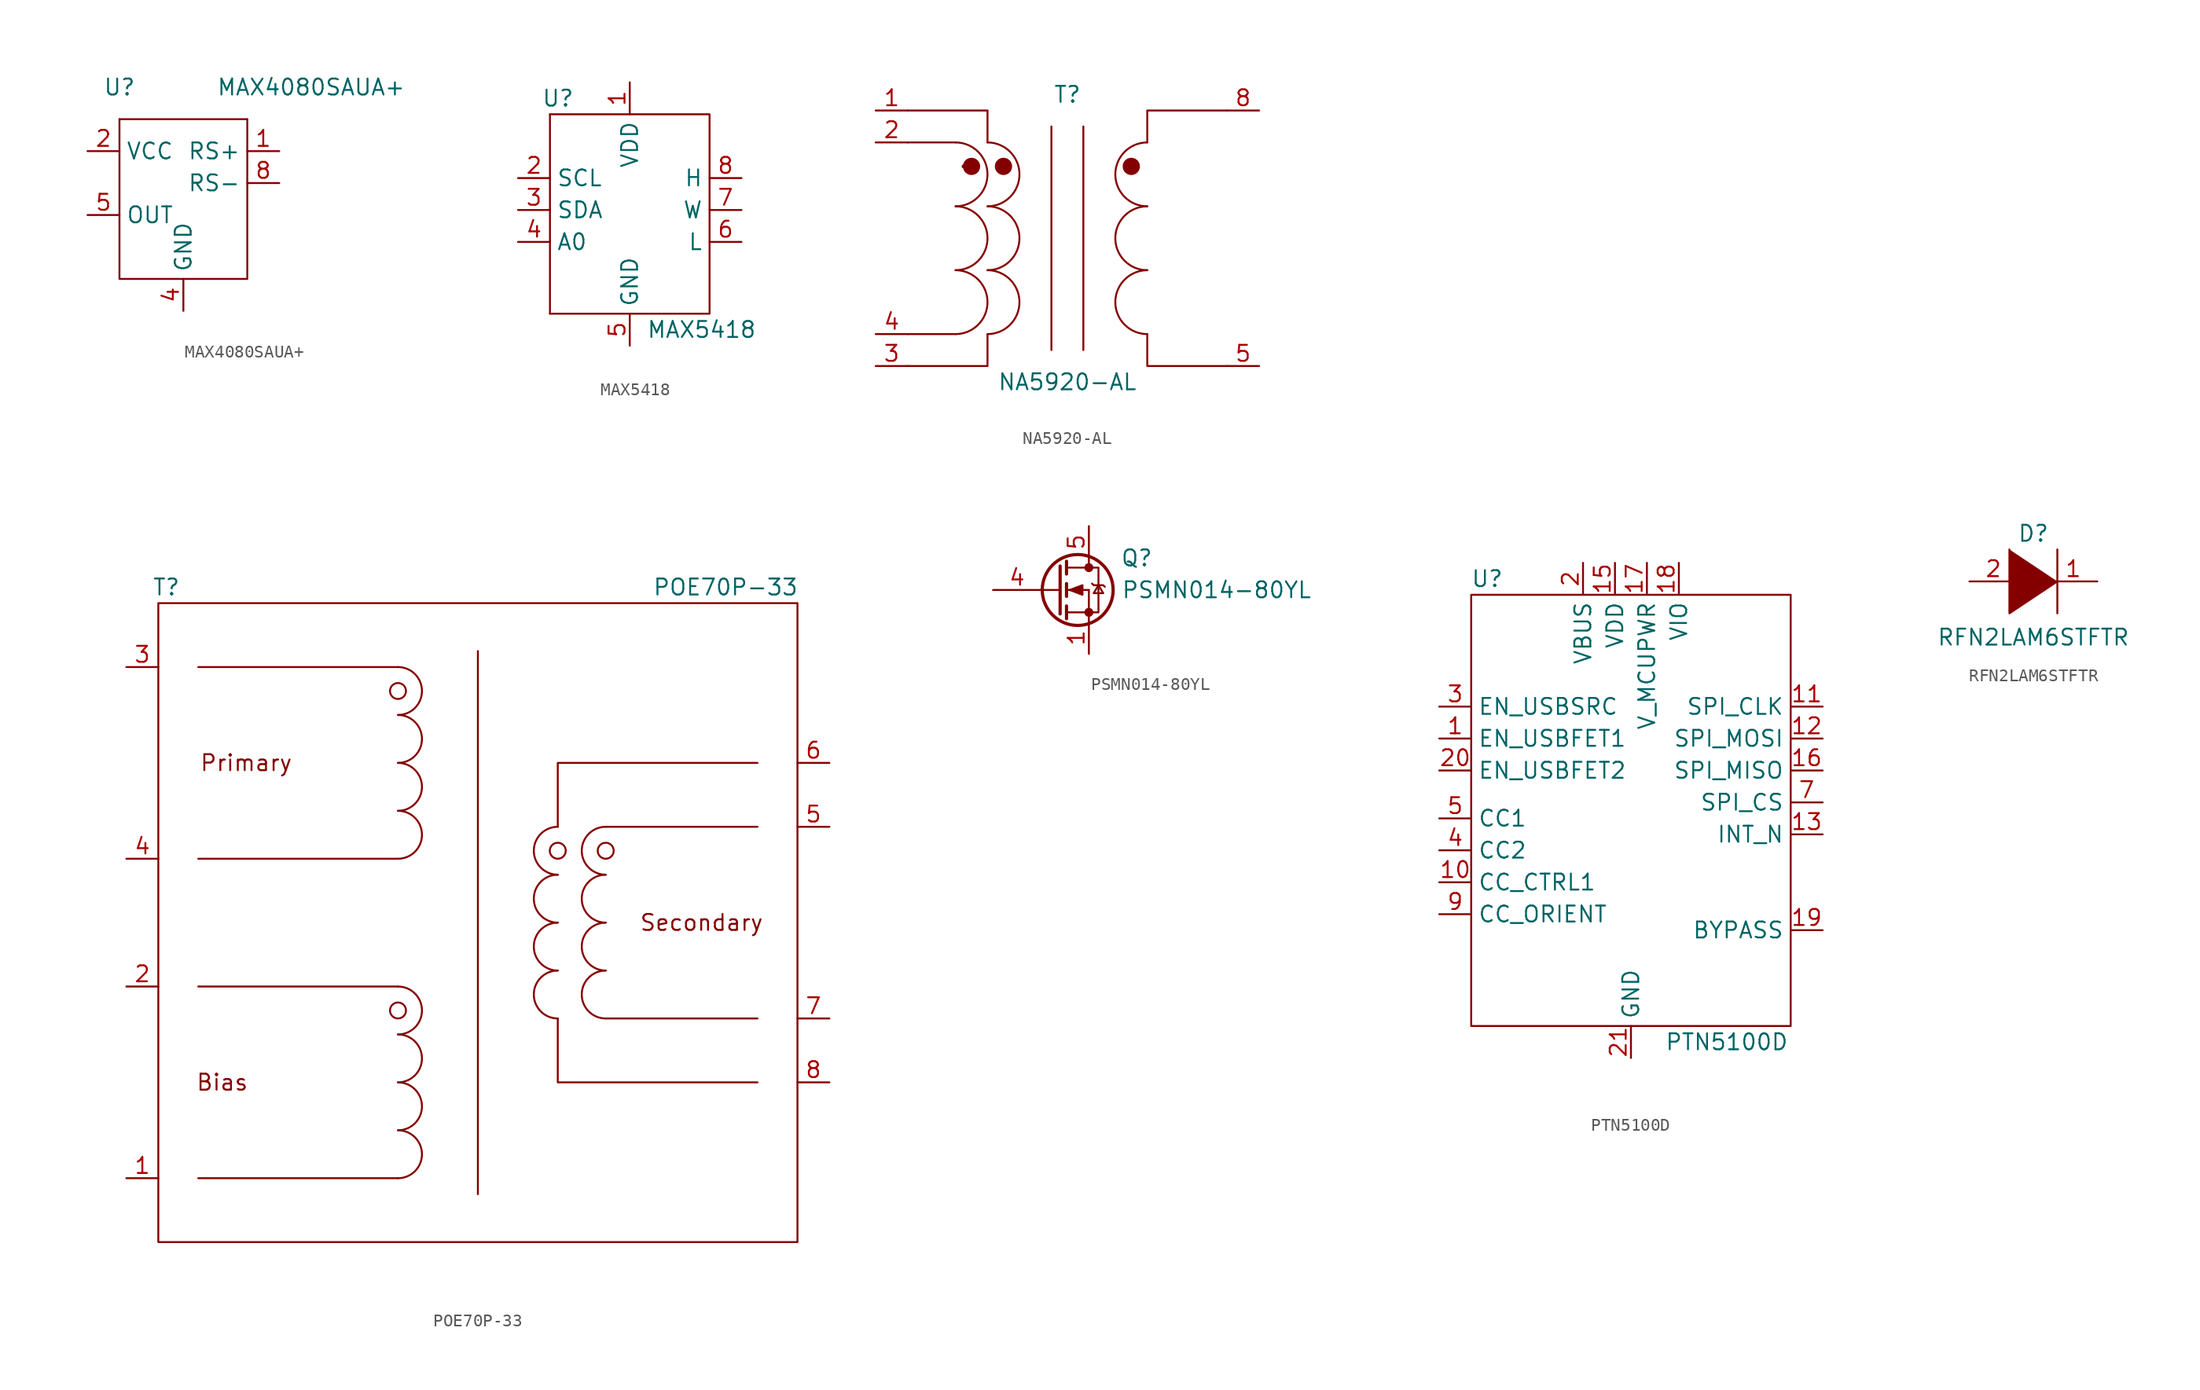
<source format=kicad_sym>
(kicad_symbol_lib
  (version 20211014)
  (generator kicad_symbol_editor)
  (symbol "MAX4080SAUA+"
    (property "Reference" "U"
      (at -5.08 10.16 0)
      (effects (font (size 1.27 1.27))))
    (property "Value" "MAX4080SAUA+"
      (at 10.16 10.16 0)
      (effects (font (size 1.27 1.27))))
    (symbol "MAX4080SAUA+_0_1"
      (polyline (pts (xy -5.08 7.62) (xy 5.08 7.62)) (stroke (width 0.152) (type default) (color 0 0 0 0)) (fill (type none)))
      (polyline (pts (xy -5.08 7.62) (xy -5.08 -5.08) (xy 5.08 -5.08) (xy 5.08 7.62)) (stroke (width 0.152) (type default) (color 0 0 0 0)) (fill (type none))))
    (symbol "MAX4080SAUA+_1_1"
      (pin input line (at 7.62 5.08 180) (length 2.54) (name "RS+" (effects (font (size 1.27 1.27)))) (number "1" (effects (font (size 1.27 1.27)))))
      (pin input line (at -7.62 5.08 0) (length 2.54) (name "VCC" (effects (font (size 1.27 1.27)))) (number "2" (effects (font (size 1.27 1.27)))))
      (pin input line (at 1.905 -0.635 90) (length 2.54) hide (name "NC" (effects (font (size 1.27 1.27)))) (number "3" (effects (font (size 1.27 1.27)))))
      (pin input line (at 0 -7.62 90) (length 2.54) (name "GND" (effects (font (size 1.27 1.27)))) (number "4" (effects (font (size 1.27 1.27)))))
      (pin input line (at -7.62 0 0) (length 2.54) (name "OUT" (effects (font (size 1.27 1.27)))) (number "5" (effects (font (size 1.27 1.27)))))
      (pin input line (at 1.905 -0.635 90) (length 2.54) hide (name "NC" (effects (font (size 1.27 1.27)))) (number "6" (effects (font (size 1.27 1.27)))))
      (pin input line (at 1.905 -0.635 90) (length 2.54) hide (name "NC" (effects (font (size 1.27 1.27)))) (number "7" (effects (font (size 1.27 1.27)))))
      (pin input line (at 7.62 2.54 180) (length 2.54) (name "RS-" (effects (font (size 1.27 1.27)))) (number "8" (effects (font (size 1.27 1.27)))))))
  (symbol "MAX5418"
    (property "Reference" "U"
      (at -5.715 8.89 0)
      (effects (font (size 1.27 1.27))))
    (property "Value" "MAX5418"
      (at 5.715 -9.525 0)
      (effects (font (size 1.27 1.27))))
    (symbol "MAX5418_0_1"
      (polyline (pts (xy -6.35 7.62) (xy -6.35 -8.255)) (stroke (width 0.152) (type default) (color 0 0 0 0)) (fill (type none)))
      (polyline (pts (xy -6.35 7.62) (xy 6.35 7.62) (xy 6.35 -8.255) (xy -6.35 -8.255)) (stroke (width 0.152) (type default) (color 0 0 0 0)) (fill (type none))))
    (symbol "MAX5418_1_1"
      (pin input line (at 0 10.16 270) (length 2.54) (name "VDD" (effects (font (size 1.27 1.27)))) (number "1" (effects (font (size 1.27 1.27)))))
      (pin input line (at -8.89 2.54 0) (length 2.54) (name "SCL" (effects (font (size 1.27 1.27)))) (number "2" (effects (font (size 1.27 1.27)))))
      (pin input line (at -8.89 0 0) (length 2.54) (name "SDA" (effects (font (size 1.27 1.27)))) (number "3" (effects (font (size 1.27 1.27)))))
      (pin input line (at -8.89 -2.54 0) (length 2.54) (name "A0" (effects (font (size 1.27 1.27)))) (number "4" (effects (font (size 1.27 1.27)))))
      (pin input line (at 0 -10.795 90) (length 2.54) (name "GND" (effects (font (size 1.27 1.27)))) (number "5" (effects (font (size 1.27 1.27)))))
      (pin input line (at 8.89 -2.54 180) (length 2.54) (name "L" (effects (font (size 1.27 1.27)))) (number "6" (effects (font (size 1.27 1.27)))))
      (pin input line (at 8.89 0 180) (length 2.54) (name "W" (effects (font (size 1.27 1.27)))) (number "7" (effects (font (size 1.27 1.27)))))
      (pin input line (at 8.89 2.54 180) (length 2.54) (name "H" (effects (font (size 1.27 1.27)))) (number "8" (effects (font (size 1.27 1.27)))))
      (pin input line (at 0 -10.795 90) (length 2.54) hide (name "GND" (effects (font (size 1.27 1.27)))) (number "9" (effects (font (size 1.27 1.27)))))))
  (symbol "NA5920-AL"
    (pin_names
      (offset 1.016))
    (property "Reference" "T"
      (at 0 11.43 0)
      (effects (font (size 1.27 1.27))))
    (property "Value" "NA5920-AL"
      (at 0 -11.43 0)
      (effects (font (size 1.27 1.27))))
    (symbol "NA5920-AL_0_1"
      (arc (start -8.89 -7.62) (mid -6.35 -5.08) (end -8.89 -2.54) (stroke (width 0) (type default) (color 0 0 0 0)) (fill (type none)))
      (arc (start -8.89 -2.54) (mid -6.35 0) (end -8.89 2.54) (stroke (width 0) (type default) (color 0 0 0 0)) (fill (type none)))
      (arc (start -8.89 2.54) (mid -6.35 5.08) (end -8.89 7.62) (stroke (width 0) (type default) (color 0 0 0 0)) (fill (type none)))
      (circle (center -8.255 5.715) (radius 0.0001) (stroke (width 0) (type default) (color 0 0 0 0)) (fill (type none)))
      (circle (center -7.62 5.715) (radius 0.635) (stroke (width 0.102) (type default) (color 0 0 0 0)) (fill (type outline)))
      (arc (start -6.35 -7.62) (mid -3.81 -5.08) (end -6.35 -2.54) (stroke (width 0) (type default) (color 0 0 0 0)) (fill (type none)))
      (arc (start -6.35 -2.54) (mid -3.81 0) (end -6.35 2.54) (stroke (width 0) (type default) (color 0 0 0 0)) (fill (type none)))
      (arc (start -6.35 2.54) (mid -3.81 5.08) (end -6.35 7.62) (stroke (width 0) (type default) (color 0 0 0 0)) (fill (type none)))
      (circle (center -5.08 5.715) (radius 0.635) (stroke (width 0.102) (type default) (color 0 0 0 0)) (fill (type outline)))
      (polyline (pts (xy -12.7 -7.62) (xy -8.89 -7.62)) (stroke (width 0) (type default) (color 0 0 0 0)) (fill (type none)))
      (polyline (pts (xy -12.7 7.62) (xy -8.89 7.62)) (stroke (width 0) (type default) (color 0 0 0 0)) (fill (type none)))
      (polyline (pts (xy -1.27 -8.89) (xy -1.27 8.89)) (stroke (width 0) (type default) (color 0 0 0 0)) (fill (type none)))
      (polyline (pts (xy 1.27 8.89) (xy 1.27 -8.89)) (stroke (width 0) (type default) (color 0 0 0 0)) (fill (type none)))
      (polyline (pts (xy -12.7 -10.16) (xy -6.35 -10.16) (xy -6.35 -7.62)) (stroke (width 0) (type default) (color 0 0 0 0)) (fill (type none)))
      (polyline (pts (xy -6.35 7.62) (xy -6.35 10.16) (xy -12.7 10.16)) (stroke (width 0) (type default) (color 0 0 0 0)) (fill (type none)))
      (polyline (pts (xy 6.35 -7.62) (xy 6.35 -10.16) (xy 12.7 -10.16)) (stroke (width 0) (type default) (color 0 0 0 0)) (fill (type none)))
      (polyline (pts (xy 6.35 7.62) (xy 6.35 10.16) (xy 12.7 10.16)) (stroke (width 0) (type default) (color 0 0 0 0)) (fill (type none)))
      (circle (center 5.08 5.715) (radius 0.635) (stroke (width 0.102) (type default) (color 0 0 0 0)) (fill (type outline)))
      (arc (start 6.35 -2.54) (mid 3.81 -5.08) (end 6.35 -7.62) (stroke (width 0) (type default) (color 0 0 0 0)) (fill (type none)))
      (arc (start 6.35 2.54) (mid 3.81 0) (end 6.35 -2.54) (stroke (width 0) (type default) (color 0 0 0 0)) (fill (type none)))
      (arc (start 6.35 7.62) (mid 3.81 5.08) (end 6.35 2.54) (stroke (width 0) (type default) (color 0 0 0 0)) (fill (type none))))
    (symbol "NA5920-AL_1_1"
      (pin passive line (at -15.24 10.16 0) (length 2.54) (name "~" (effects (font (size 1.27 1.27)))) (number "1" (effects (font (size 1.27 1.27)))))
      (pin passive line (at -15.24 7.62 0) (length 2.54) (name "~" (effects (font (size 1.27 1.27)))) (number "2" (effects (font (size 1.27 1.27)))))
      (pin passive line (at -15.24 -10.16 0) (length 2.54) (name "~" (effects (font (size 1.27 1.27)))) (number "3" (effects (font (size 1.27 1.27)))))
      (pin passive line (at -15.24 -7.62 0) (length 2.54) (name "~" (effects (font (size 1.27 1.27)))) (number "4" (effects (font (size 1.27 1.27)))))
      (pin passive line (at 15.24 -10.16 180) (length 2.54) (name "~" (effects (font (size 1.27 1.27)))) (number "5" (effects (font (size 1.27 1.27)))))
      (pin passive line (at 12.7 1.27 180) (length 2.54) hide (name "~" (effects (font (size 1.27 1.27)))) (number "6" (effects (font (size 1.27 1.27)))))
      (pin passive line (at 12.7 -1.27 180) (length 2.54) hide (name "~" (effects (font (size 1.27 1.27)))) (number "7" (effects (font (size 1.27 1.27)))))
      (pin passive line (at 15.24 10.16 180) (length 2.54) (name "~" (effects (font (size 1.27 1.27)))) (number "8" (effects (font (size 1.27 1.27)))))))
  (symbol "POE70P-33"
    (pin_names
      (offset 1.016))
    (property "Reference" "T"
      (at -24.765 26.67 0)
      (effects (font (size 1.27 1.27))))
    (property "Value" "POE70P-33"
      (at 19.685 26.67 0)
      (effects (font (size 1.27 1.27))))
    (symbol "POE70P-33_0_0"
      (text "Bias" (at -20.32 -12.7 0) (effects (font (size 1.27 1.27))))
      (text "Primary" (at -18.415 12.7 0) (effects (font (size 1.27 1.27))))
      (text "Secondary" (at 17.78 0 0) (effects (font (size 1.27 1.27)))))
    (symbol "POE70P-33_0_1"
      (rectangle (start -25.4 25.4) (end 25.4 -25.4) (stroke (width 0) (type default) (color 0 0 0 0)) (fill (type none)))
      (polyline (pts (xy -6.35 -20.32) (xy -22.225 -20.32)) (stroke (width 0) (type default) (color 0 0 0 0)) (fill (type none)))
      (polyline (pts (xy -6.35 -5.08) (xy -22.225 -5.08)) (stroke (width 0) (type default) (color 0 0 0 0)) (fill (type none)))
      (polyline (pts (xy -6.35 5.08) (xy -22.225 5.08)) (stroke (width 0) (type default) (color 0 0 0 0)) (fill (type none)))
      (polyline (pts (xy -6.35 20.32) (xy -22.225 20.32)) (stroke (width 0) (type default) (color 0 0 0 0)) (fill (type none)))
      (polyline (pts (xy 10.16 -7.62) (xy 22.225 -7.62)) (stroke (width 0) (type default) (color 0 0 0 0)) (fill (type none)))
      (polyline (pts (xy 10.16 7.62) (xy 22.225 7.62)) (stroke (width 0) (type default) (color 0 0 0 0)) (fill (type none)))
      (polyline (pts (xy 0 21.59) (xy 0 -21.59) (xy 0 -19.05)) (stroke (width 0) (type default) (color 0 0 0 0)) (fill (type none)))
      (polyline (pts (xy 6.35 -7.62) (xy 6.35 -12.7) (xy 22.225 -12.7)) (stroke (width 0) (type default) (color 0 0 0 0)) (fill (type none)))
      (polyline (pts (xy 6.35 7.62) (xy 6.35 12.7) (xy 22.225 12.7)) (stroke (width 0) (type default) (color 0 0 0 0)) (fill (type none)))
      (arc (start 6.35 -3.81) (mid 4.445 -5.715) (end 6.35 -7.62) (stroke (width 0) (type default) (color 0 0 0 0)) (fill (type none)))
      (arc (start 6.35 0) (mid 4.445 -1.905) (end 6.35 -3.81) (stroke (width 0) (type default) (color 0 0 0 0)) (fill (type none)))
      (arc (start 6.35 3.81) (mid 4.445 1.905) (end 6.35 0) (stroke (width 0) (type default) (color 0 0 0 0)) (fill (type none)))
      (circle (center 6.35 5.715) (radius 0.635) (stroke (width 0) (type default) (color 0 0 0 0)) (fill (type none)))
      (arc (start 6.35 7.62) (mid 4.445 5.715) (end 6.35 3.81) (stroke (width 0) (type default) (color 0 0 0 0)) (fill (type none))))
    (symbol "POE70P-33_1_1"
      (arc (start -6.35 -20.32) (mid -4.445 -18.415) (end -6.35 -16.51) (stroke (width 0) (type default) (color 0 0 0 0)) (fill (type none)))
      (arc (start -6.35 -16.51) (mid -4.445 -14.605) (end -6.35 -12.7) (stroke (width 0) (type default) (color 0 0 0 0)) (fill (type none)))
      (arc (start -6.35 -12.7) (mid -4.445 -10.795) (end -6.35 -8.89) (stroke (width 0) (type default) (color 0 0 0 0)) (fill (type none)))
      (arc (start -6.35 -8.89) (mid -4.445 -6.985) (end -6.35 -5.08) (stroke (width 0) (type default) (color 0 0 0 0)) (fill (type none)))
      (circle (center -6.35 -6.985) (radius 0.635) (stroke (width 0) (type default) (color 0 0 0 0)) (fill (type none)))
      (arc (start -6.35 5.08) (mid -4.445 6.985) (end -6.35 8.89) (stroke (width 0) (type default) (color 0 0 0 0)) (fill (type none)))
      (arc (start -6.35 8.89) (mid -4.445 10.795) (end -6.35 12.7) (stroke (width 0) (type default) (color 0 0 0 0)) (fill (type none)))
      (arc (start -6.35 12.7) (mid -4.445 14.605) (end -6.35 16.51) (stroke (width 0) (type default) (color 0 0 0 0)) (fill (type none)))
      (arc (start -6.35 16.51) (mid -4.445 18.415) (end -6.35 20.32) (stroke (width 0) (type default) (color 0 0 0 0)) (fill (type none)))
      (circle (center -6.35 18.415) (radius 0.635) (stroke (width 0) (type default) (color 0 0 0 0)) (fill (type none)))
      (arc (start 10.16 -3.81) (mid 8.255 -5.715) (end 10.16 -7.62) (stroke (width 0) (type default) (color 0 0 0 0)) (fill (type none)))
      (arc (start 10.16 0) (mid 8.255 -1.905) (end 10.16 -3.81) (stroke (width 0) (type default) (color 0 0 0 0)) (fill (type none)))
      (arc (start 10.16 3.81) (mid 8.255 1.905) (end 10.16 0) (stroke (width 0) (type default) (color 0 0 0 0)) (fill (type none)))
      (circle (center 10.16 5.715) (radius 0.635) (stroke (width 0) (type default) (color 0 0 0 0)) (fill (type none)))
      (arc (start 10.16 7.62) (mid 8.255 5.715) (end 10.16 3.81) (stroke (width 0) (type default) (color 0 0 0 0)) (fill (type none)))
      (pin bidirectional line (at -27.94 -20.32 0) (length 2.54) (name "~" (effects (font (size 1.27 1.27)))) (number "1" (effects (font (size 1.27 1.27)))))
      (pin bidirectional line (at -27.94 -5.08 0) (length 2.54) (name "~" (effects (font (size 1.27 1.27)))) (number "2" (effects (font (size 1.27 1.27)))))
      (pin bidirectional line (at -27.94 20.32 0) (length 2.54) (name "~" (effects (font (size 1.27 1.27)))) (number "3" (effects (font (size 1.27 1.27)))))
      (pin bidirectional line (at -27.94 5.08 0) (length 2.54) (name "~" (effects (font (size 1.27 1.27)))) (number "4" (effects (font (size 1.27 1.27)))))
      (pin bidirectional line (at 27.94 7.62 180) (length 2.54) (name "~" (effects (font (size 1.27 1.27)))) (number "5" (effects (font (size 1.27 1.27)))))
      (pin bidirectional line (at 27.94 12.7 180) (length 2.54) (name "~" (effects (font (size 1.27 1.27)))) (number "6" (effects (font (size 1.27 1.27)))))
      (pin bidirectional line (at 27.94 -7.62 180) (length 2.54) (name "~" (effects (font (size 1.27 1.27)))) (number "7" (effects (font (size 1.27 1.27)))))
      (pin bidirectional line (at 27.94 -12.7 180) (length 2.54) (name "~" (effects (font (size 1.27 1.27)))) (number "8" (effects (font (size 1.27 1.27)))))))
  (symbol "PSMN014-80YL"
    (pin_names
      (offset 0) hide)
    (property "Reference" "Q"
      (at 6.35 2.54 0)
      (effects (font (size 1.27 1.27))))
    (property "Value" "PSMN014-80YL"
      (at 12.7 0 0)
      (effects (font (size 1.27 1.27))))
    (symbol "PSMN014-80YL_1_1"
      (polyline (pts (xy -1.27 0) (xy 0.254 0)) (stroke (width 0) (type default) (color 0 0 0 0)) (fill (type none)))
      (polyline (pts (xy 0.762 -1.778) (xy 2.54 -1.778)) (stroke (width 0) (type default) (color 0 0 0 0)) (fill (type none)))
      (polyline (pts (xy 0.762 -1.27) (xy 0.762 -2.286)) (stroke (width 0.254) (type default) (color 0 0 0 0)) (fill (type none)))
      (polyline (pts (xy 0.762 0) (xy 2.54 0)) (stroke (width 0) (type default) (color 0 0 0 0)) (fill (type none)))
      (polyline (pts (xy 0.762 0.508) (xy 0.762 -0.508)) (stroke (width 0.254) (type default) (color 0 0 0 0)) (fill (type none)))
      (polyline (pts (xy 0.762 1.778) (xy 2.54 1.778)) (stroke (width 0) (type default) (color 0 0 0 0)) (fill (type none)))
      (polyline (pts (xy 0.762 2.286) (xy 0.762 1.27)) (stroke (width 0.254) (type default) (color 0 0 0 0)) (fill (type none)))
      (polyline (pts (xy 2.54 -1.778) (xy 2.54 -2.54)) (stroke (width 0) (type default) (color 0 0 0 0)) (fill (type none)))
      (polyline (pts (xy 2.54 -1.778) (xy 2.54 0)) (stroke (width 0) (type default) (color 0 0 0 0)) (fill (type none)))
      (polyline (pts (xy 2.54 2.54) (xy 2.54 1.778)) (stroke (width 0) (type default) (color 0 0 0 0)) (fill (type none)))
      (polyline (pts (xy 0.254 1.905) (xy 0.254 -1.905) (xy 0.254 -1.905)) (stroke (width 0.254) (type default) (color 0 0 0 0)) (fill (type none)))
      (polyline (pts (xy 1.016 0) (xy 2.032 0.381) (xy 2.032 -0.381) (xy 1.016 0)) (stroke (width 0) (type default) (color 0 0 0 0)) (fill (type outline)))
      (polyline (pts (xy 2.54 -1.778) (xy 3.302 -1.778) (xy 3.302 1.778) (xy 2.54 1.778)) (stroke (width 0) (type default) (color 0 0 0 0)) (fill (type none)))
      (polyline (pts (xy 2.794 0.508) (xy 2.921 0.381) (xy 3.683 0.381) (xy 3.81 0.254)) (stroke (width 0) (type default) (color 0 0 0 0)) (fill (type none)))
      (polyline (pts (xy 3.302 0.381) (xy 2.921 -0.254) (xy 3.683 -0.254) (xy 3.302 0.381)) (stroke (width 0) (type default) (color 0 0 0 0)) (fill (type none)))
      (circle (center 1.651 0) (radius 2.819) (stroke (width 0.254) (type default) (color 0 0 0 0)) (fill (type none)))
      (circle (center 2.54 -1.778) (radius 0.279) (stroke (width 0) (type default) (color 0 0 0 0)) (fill (type outline)))
      (circle (center 2.54 1.778) (radius 0.279) (stroke (width 0) (type default) (color 0 0 0 0)) (fill (type outline)))
      (pin passive line (at 2.54 -5.08 90) (length 2.54) (name "S" (effects (font (size 1.27 1.27)))) (number "1" (effects (font (size 1.27 1.27)))))
      (pin passive line (at 2.54 -5.08 90) (length 2.54) hide (name "S" (effects (font (size 1.27 1.27)))) (number "2" (effects (font (size 1.27 1.27)))))
      (pin passive line (at 2.54 -5.08 90) (length 2.54) hide (name "S" (effects (font (size 1.27 1.27)))) (number "3" (effects (font (size 1.27 1.27)))))
      (pin passive line (at -5.08 0 0) (length 3.81) (name "G" (effects (font (size 1.27 1.27)))) (number "4" (effects (font (size 1.27 1.27)))))
      (pin passive line (at 2.54 5.08 270) (length 2.54) (name "D" (effects (font (size 1.27 1.27)))) (number "5" (effects (font (size 1.27 1.27)))))))
  (symbol "PTN5100D"
    (property "Reference" "U"
      (at -11.43 17.78 0)
      (effects (font (size 1.27 1.27))))
    (property "Value" "PTN5100D"
      (at 7.62 -19.05 0)
      (effects (font (size 1.27 1.27))))
    (symbol "PTN5100D_0_1"
      (rectangle (start -12.7 16.51) (end 12.7 -17.78) (stroke (width 0.152) (type default) (color 0 0 0 0)) (fill (type none))))
    (symbol "PTN5100D_1_1"
      (pin passive line (at -15.24 5.08 0) (length 2.54) (name "EN_USBFET1" (effects (font (size 1.27 1.27)))) (number "1" (effects (font (size 1.27 1.27)))))
      (pin passive line (at -15.24 -6.35 0) (length 2.54) (name "CC_CTRL1" (effects (font (size 1.27 1.27)))) (number "10" (effects (font (size 1.27 1.27)))))
      (pin passive line (at 15.24 7.62 180) (length 2.54) (name "SPI_CLK" (effects (font (size 1.27 1.27)))) (number "11" (effects (font (size 1.27 1.27)))))
      (pin passive line (at 15.24 5.08 180) (length 2.54) (name "SPI_MOSI" (effects (font (size 1.27 1.27)))) (number "12" (effects (font (size 1.27 1.27)))))
      (pin passive line (at 15.24 -2.54 180) (length 2.54) (name "INT_N" (effects (font (size 1.27 1.27)))) (number "13" (effects (font (size 1.27 1.27)))))
      (pin no_connect line (at 6.35 -17.78 270) (length 2.54) hide (name "SLV_ADDR" (effects (font (size 1.27 1.27)))) (number "14" (effects (font (size 1.27 1.27)))))
      (pin passive line (at -1.27 19.05 270) (length 2.54) (name "VDD" (effects (font (size 1.27 1.27)))) (number "15" (effects (font (size 1.27 1.27)))))
      (pin passive line (at 15.24 2.54 180) (length 2.54) (name "SPI_MISO" (effects (font (size 1.27 1.27)))) (number "16" (effects (font (size 1.27 1.27)))))
      (pin passive line (at 1.27 19.05 270) (length 2.54) (name "V_MCUPWR" (effects (font (size 1.27 1.27)))) (number "17" (effects (font (size 1.27 1.27)))))
      (pin passive line (at 3.81 19.05 270) (length 2.54) (name "VIO" (effects (font (size 1.27 1.27)))) (number "18" (effects (font (size 1.27 1.27)))))
      (pin passive line (at 15.24 -10.16 180) (length 2.54) (name "BYPASS" (effects (font (size 1.27 1.27)))) (number "19" (effects (font (size 1.27 1.27)))))
      (pin passive line (at -3.81 19.05 270) (length 2.54) (name "VBUS" (effects (font (size 1.27 1.27)))) (number "2" (effects (font (size 1.27 1.27)))))
      (pin passive line (at -15.24 2.54 0) (length 2.54) (name "EN_USBFET2" (effects (font (size 1.27 1.27)))) (number "20" (effects (font (size 1.27 1.27)))))
      (pin passive line (at 0 -20.32 90) (length 2.54) (name "GND" (effects (font (size 1.27 1.27)))) (number "21" (effects (font (size 1.27 1.27)))))
      (pin passive line (at -15.24 7.62 0) (length 2.54) (name "EN_USBSRC" (effects (font (size 1.27 1.27)))) (number "3" (effects (font (size 1.27 1.27)))))
      (pin passive line (at -15.24 -3.81 0) (length 2.54) (name "CC2" (effects (font (size 1.27 1.27)))) (number "4" (effects (font (size 1.27 1.27)))))
      (pin passive line (at -15.24 -1.27 0) (length 2.54) (name "CC1" (effects (font (size 1.27 1.27)))) (number "5" (effects (font (size 1.27 1.27)))))
      (pin no_connect line (at -5.08 -20.32 90) (length 2.54) hide (name "TST1" (effects (font (size 1.27 1.27)))) (number "6" (effects (font (size 1.27 1.27)))))
      (pin passive line (at 15.24 0 180) (length 2.54) (name "SPI_CS" (effects (font (size 1.27 1.27)))) (number "7" (effects (font (size 1.27 1.27)))))
      (pin passive line (at 0 -20.32 90) (length 2.54) hide (name "TST0" (effects (font (size 1.27 1.27)))) (number "8" (effects (font (size 1.27 1.27)))))
      (pin passive line (at -15.24 -8.89 0) (length 2.54) (name "CC_ORIENT" (effects (font (size 1.27 1.27)))) (number "9" (effects (font (size 1.27 1.27)))))))
  (symbol "RFN2LAM6STFTR"
    (pin_names
      (offset 1.016) hide)
    (property "Reference" "D"
      (at 0 3.81 0)
      (effects (font (size 1.27 1.27))))
    (property "Value" "RFN2LAM6STFTR"
      (at 0 -4.445 0)
      (effects (font (size 1.27 1.27))))
    (symbol "RFN2LAM6STFTR_0_1"
      (polyline (pts (xy 1.905 2.54) (xy 1.905 -2.54)) (stroke (width 0) (type default) (color 0 0 0 0)) (fill (type none)))
      (polyline (pts (xy -1.905 2.54) (xy -1.905 -2.54) (xy 1.905 0)) (stroke (width 0) (type default) (color 0 0 0 0)) (fill (type outline))))
    (symbol "RFN2LAM6STFTR_1_1"
      (pin input line (at 5.08 0 180) (length 3.81) (name "A" (effects (font (size 1.27 1.27)))) (number "1" (effects (font (size 1.27 1.27)))))
      (pin input line (at -5.08 0 0) (length 3.81) (name "K" (effects (font (size 1.27 1.27)))) (number "2" (effects (font (size 1.27 1.27))))))))
</source>
